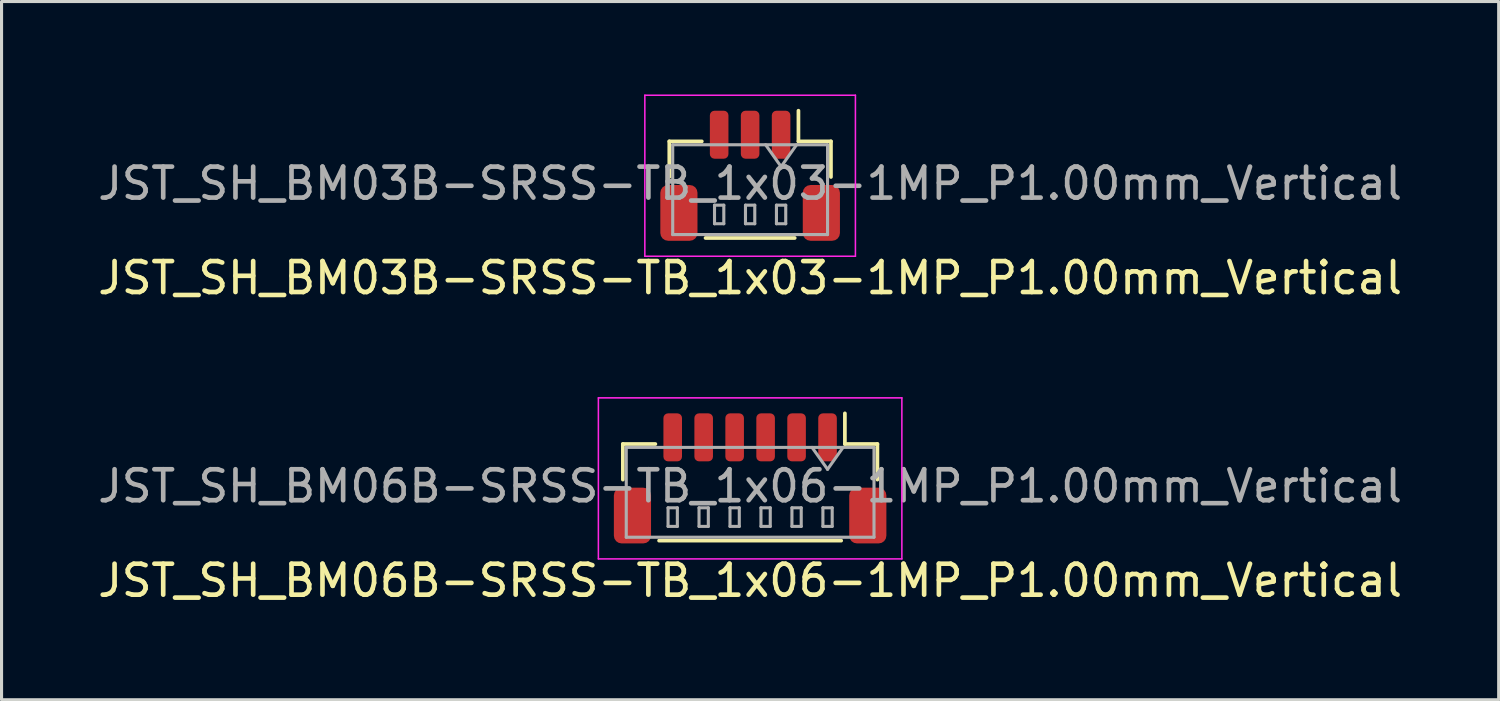
<source format=kicad_pcb>
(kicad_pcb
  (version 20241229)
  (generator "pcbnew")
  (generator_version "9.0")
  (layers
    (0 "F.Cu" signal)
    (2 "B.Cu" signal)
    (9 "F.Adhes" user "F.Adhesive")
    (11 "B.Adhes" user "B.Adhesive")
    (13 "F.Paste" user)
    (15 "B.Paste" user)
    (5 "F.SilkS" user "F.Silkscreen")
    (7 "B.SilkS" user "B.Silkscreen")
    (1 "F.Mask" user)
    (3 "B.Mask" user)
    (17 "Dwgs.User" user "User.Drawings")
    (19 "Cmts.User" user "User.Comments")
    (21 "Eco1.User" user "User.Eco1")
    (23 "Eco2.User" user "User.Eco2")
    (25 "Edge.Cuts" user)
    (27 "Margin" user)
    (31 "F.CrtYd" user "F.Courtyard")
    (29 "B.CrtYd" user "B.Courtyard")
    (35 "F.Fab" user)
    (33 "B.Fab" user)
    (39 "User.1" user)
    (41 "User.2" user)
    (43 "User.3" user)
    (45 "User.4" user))
  (footprint "JST_SH_BM03B-SRSS-TB_1x03-1MP_P1.00mm_Vertical"
    (layer "F.Cu")
    (at 21.173 2.625)
    (property "Reference" "JST_SH_BM03B-SRSS-TB_1x03-1MP_P1.00mm_Vertical" (at 0 3.3 180) (layer "F.SilkS") (effects (font (size 1 1) (thickness 0.15))))
    (attr smd)
    (fp_line (start -2.61 -1.11) (end -1.56 -1.11) (stroke (width 0.12) (type solid)) (layer "F.SilkS"))
    (fp_line (start -2.61 0.04) (end -2.61 -1.11) (stroke (width 0.12) (type solid)) (layer "F.SilkS"))
    (fp_line (start 1.44 2.01) (end -1.44 2.01) (stroke (width 0.12) (type solid)) (layer "F.SilkS"))
    (fp_line (start 1.56 -1.11) (end 1.56 -2.1) (stroke (width 0.12) (type solid)) (layer "F.SilkS"))
    (fp_line (start 2.61 -1.11) (end 1.56 -1.11) (stroke (width 0.12) (type solid)) (layer "F.SilkS"))
    (fp_line (start 2.61 0.04) (end 2.61 -1.11) (stroke (width 0.12) (type solid)) (layer "F.SilkS"))
    (fp_line (start -3.4 -2.6) (end -3.4 2.6) (stroke (width 0.05) (type solid)) (layer "F.CrtYd"))
    (fp_line (start -3.4 2.6) (end 3.4 2.6) (stroke (width 0.05) (type solid)) (layer "F.CrtYd"))
    (fp_line (start 3.4 -2.6) (end -3.4 -2.6) (stroke (width 0.05) (type solid)) (layer "F.CrtYd"))
    (fp_line (start 3.4 2.6) (end 3.4 -2.6) (stroke (width 0.05) (type solid)) (layer "F.CrtYd"))
    (fp_line (start -2.5 -1) (end -2.5 1.9) (stroke (width 0.1) (type solid)) (layer "F.Fab"))
    (fp_line (start -1.15 0.95) (end -1.15 1.55) (stroke (width 0.1) (type solid)) (layer "F.Fab"))
    (fp_line (start -1.15 1.55) (end -0.85 1.55) (stroke (width 0.1) (type solid)) (layer "F.Fab"))
    (fp_line (start -0.85 0.95) (end -1.15 0.95) (stroke (width 0.1) (type solid)) (layer "F.Fab"))
    (fp_line (start -0.85 1.55) (end -0.85 0.95) (stroke (width 0.1) (type solid)) (layer "F.Fab"))
    (fp_line (start -0.15 0.95) (end -0.15 1.55) (stroke (width 0.1) (type solid)) (layer "F.Fab"))
    (fp_line (start -0.15 1.55) (end 0.15 1.55) (stroke (width 0.1) (type solid)) (layer "F.Fab"))
    (fp_line (start 0.15 0.95) (end -0.15 0.95) (stroke (width 0.1) (type solid)) (layer "F.Fab"))
    (fp_line (start 0.15 1.55) (end 0.15 0.95) (stroke (width 0.1) (type solid)) (layer "F.Fab"))
    (fp_line (start 0.85 0.95) (end 0.85 1.55) (stroke (width 0.1) (type solid)) (layer "F.Fab"))
    (fp_line (start 0.85 1.55) (end 1.15 1.55) (stroke (width 0.1) (type solid)) (layer "F.Fab"))
    (fp_line (start 1 -0.293) (end 0.5 -1) (stroke (width 0.1) (type solid)) (layer "F.Fab"))
    (fp_line (start 1.15 0.95) (end 0.85 0.95) (stroke (width 0.1) (type solid)) (layer "F.Fab"))
    (fp_line (start 1.15 1.55) (end 1.15 0.95) (stroke (width 0.1) (type solid)) (layer "F.Fab"))
    (fp_line (start 1.5 -1) (end 1 -0.293) (stroke (width 0.1) (type solid)) (layer "F.Fab"))
    (fp_line (start 2.5 -1) (end -2.5 -1) (stroke (width 0.1) (type solid)) (layer "F.Fab"))
    (fp_line (start 2.5 -1) (end 2.5 1.9) (stroke (width 0.1) (type solid)) (layer "F.Fab"))
    (fp_line (start 2.5 1.9) (end -2.5 1.9) (stroke (width 0.1) (type solid)) (layer "F.Fab"))
    (fp_text user "${REFERENCE}" (at 0 0.25 180) (layer "F.Fab") (effects (font (size 1 1) (thickness 0.15))))
    (pad "1" smd roundrect (at 1 -1.325 180) (size 0.6 1.55) (layers "F.Cu" "F.Mask" "F.Paste") (roundrect_rratio 0.25))
    (pad "2" smd roundrect (at 0 -1.325 180) (size 0.6 1.55) (layers "F.Cu" "F.Mask" "F.Paste") (roundrect_rratio 0.25))
    (pad "3" smd roundrect (at -1 -1.325 180) (size 0.6 1.55) (layers "F.Cu" "F.Mask" "F.Paste") (roundrect_rratio 0.25))
    (pad "MP" smd roundrect (at -2.3 1.2 180) (size 1.2 1.8) (layers "F.Cu" "F.Mask" "F.Paste") (roundrect_rratio 0.208))
    (pad "MP" smd roundrect (at 2.3 1.2 180) (size 1.2 1.8) (layers "F.Cu" "F.Mask" "F.Paste") (roundrect_rratio 0.208)))
  (footprint "JST_SH_BM06B-SRSS-TB_1x06-1MP_P1.00mm_Vertical"
    (layer "F.Cu")
    (at 21.173 12.398)
    (property "Reference" "JST_SH_BM06B-SRSS-TB_1x06-1MP_P1.00mm_Vertical" (at 0 3.3 180) (layer "F.SilkS") (effects (font (size 1 1) (thickness 0.15))))
    (attr smd)
    (fp_line (start -4.11 -1.11) (end -3.06 -1.11) (stroke (width 0.12) (type solid)) (layer "F.SilkS"))
    (fp_line (start -4.11 0.04) (end -4.11 -1.11) (stroke (width 0.12) (type solid)) (layer "F.SilkS"))
    (fp_line (start 2.94 2.01) (end -2.94 2.01) (stroke (width 0.12) (type solid)) (layer "F.SilkS"))
    (fp_line (start 3.06 -1.11) (end 3.06 -2.1) (stroke (width 0.12) (type solid)) (layer "F.SilkS"))
    (fp_line (start 4.11 -1.11) (end 3.06 -1.11) (stroke (width 0.12) (type solid)) (layer "F.SilkS"))
    (fp_line (start 4.11 0.04) (end 4.11 -1.11) (stroke (width 0.12) (type solid)) (layer "F.SilkS"))
    (fp_line (start -4.9 -2.6) (end -4.9 2.6) (stroke (width 0.05) (type solid)) (layer "F.CrtYd"))
    (fp_line (start -4.9 2.6) (end 4.9 2.6) (stroke (width 0.05) (type solid)) (layer "F.CrtYd"))
    (fp_line (start 4.9 -2.6) (end -4.9 -2.6) (stroke (width 0.05) (type solid)) (layer "F.CrtYd"))
    (fp_line (start 4.9 2.6) (end 4.9 -2.6) (stroke (width 0.05) (type solid)) (layer "F.CrtYd"))
    (fp_line (start -4 -1) (end -4 1.9) (stroke (width 0.1) (type solid)) (layer "F.Fab"))
    (fp_line (start -2.65 0.95) (end -2.65 1.55) (stroke (width 0.1) (type solid)) (layer "F.Fab"))
    (fp_line (start -2.65 1.55) (end -2.35 1.55) (stroke (width 0.1) (type solid)) (layer "F.Fab"))
    (fp_line (start -2.35 0.95) (end -2.65 0.95) (stroke (width 0.1) (type solid)) (layer "F.Fab"))
    (fp_line (start -2.35 1.55) (end -2.35 0.95) (stroke (width 0.1) (type solid)) (layer "F.Fab"))
    (fp_line (start -1.65 0.95) (end -1.65 1.55) (stroke (width 0.1) (type solid)) (layer "F.Fab"))
    (fp_line (start -1.65 1.55) (end -1.35 1.55) (stroke (width 0.1) (type solid)) (layer "F.Fab"))
    (fp_line (start -1.35 0.95) (end -1.65 0.95) (stroke (width 0.1) (type solid)) (layer "F.Fab"))
    (fp_line (start -1.35 1.55) (end -1.35 0.95) (stroke (width 0.1) (type solid)) (layer "F.Fab"))
    (fp_line (start -0.65 0.95) (end -0.65 1.55) (stroke (width 0.1) (type solid)) (layer "F.Fab"))
    (fp_line (start -0.65 1.55) (end -0.35 1.55) (stroke (width 0.1) (type solid)) (layer "F.Fab"))
    (fp_line (start -0.35 0.95) (end -0.65 0.95) (stroke (width 0.1) (type solid)) (layer "F.Fab"))
    (fp_line (start -0.35 1.55) (end -0.35 0.95) (stroke (width 0.1) (type solid)) (layer "F.Fab"))
    (fp_line (start 0.35 0.95) (end 0.35 1.55) (stroke (width 0.1) (type solid)) (layer "F.Fab"))
    (fp_line (start 0.35 1.55) (end 0.65 1.55) (stroke (width 0.1) (type solid)) (layer "F.Fab"))
    (fp_line (start 0.65 0.95) (end 0.35 0.95) (stroke (width 0.1) (type solid)) (layer "F.Fab"))
    (fp_line (start 0.65 1.55) (end 0.65 0.95) (stroke (width 0.1) (type solid)) (layer "F.Fab"))
    (fp_line (start 1.35 0.95) (end 1.35 1.55) (stroke (width 0.1) (type solid)) (layer "F.Fab"))
    (fp_line (start 1.35 1.55) (end 1.65 1.55) (stroke (width 0.1) (type solid)) (layer "F.Fab"))
    (fp_line (start 1.65 0.95) (end 1.35 0.95) (stroke (width 0.1) (type solid)) (layer "F.Fab"))
    (fp_line (start 1.65 1.55) (end 1.65 0.95) (stroke (width 0.1) (type solid)) (layer "F.Fab"))
    (fp_line (start 2.35 0.95) (end 2.35 1.55) (stroke (width 0.1) (type solid)) (layer "F.Fab"))
    (fp_line (start 2.35 1.55) (end 2.65 1.55) (stroke (width 0.1) (type solid)) (layer "F.Fab"))
    (fp_line (start 2.5 -0.293) (end 2 -1) (stroke (width 0.1) (type solid)) (layer "F.Fab"))
    (fp_line (start 2.65 0.95) (end 2.35 0.95) (stroke (width 0.1) (type solid)) (layer "F.Fab"))
    (fp_line (start 2.65 1.55) (end 2.65 0.95) (stroke (width 0.1) (type solid)) (layer "F.Fab"))
    (fp_line (start 3 -1) (end 2.5 -0.293) (stroke (width 0.1) (type solid)) (layer "F.Fab"))
    (fp_line (start 4 -1) (end -4 -1) (stroke (width 0.1) (type solid)) (layer "F.Fab"))
    (fp_line (start 4 -1) (end 4 1.9) (stroke (width 0.1) (type solid)) (layer "F.Fab"))
    (fp_line (start 4 1.9) (end -4 1.9) (stroke (width 0.1) (type solid)) (layer "F.Fab"))
    (fp_text user "${REFERENCE}" (at 0 0.25 180) (layer "F.Fab") (effects (font (size 1 1) (thickness 0.15))))
    (pad "1" smd roundrect (at 2.5 -1.325 180) (size 0.6 1.55) (layers "F.Cu" "F.Mask" "F.Paste") (roundrect_rratio 0.25))
    (pad "2" smd roundrect (at 1.5 -1.325 180) (size 0.6 1.55) (layers "F.Cu" "F.Mask" "F.Paste") (roundrect_rratio 0.25))
    (pad "3" smd roundrect (at 0.5 -1.325 180) (size 0.6 1.55) (layers "F.Cu" "F.Mask" "F.Paste") (roundrect_rratio 0.25))
    (pad "4" smd roundrect (at -0.5 -1.325 180) (size 0.6 1.55) (layers "F.Cu" "F.Mask" "F.Paste") (roundrect_rratio 0.25))
    (pad "5" smd roundrect (at -1.5 -1.325 180) (size 0.6 1.55) (layers "F.Cu" "F.Mask" "F.Paste") (roundrect_rratio 0.25))
    (pad "6" smd roundrect (at -2.5 -1.325 180) (size 0.6 1.55) (layers "F.Cu" "F.Mask" "F.Paste") (roundrect_rratio 0.25))
    (pad "MP" smd roundrect (at -3.8 1.2 180) (size 1.2 1.8) (layers "F.Cu" "F.Mask" "F.Paste") (roundrect_rratio 0.208))
    (pad "MP" smd roundrect (at 3.8 1.2 180) (size 1.2 1.8) (layers "F.Cu" "F.Mask" "F.Paste") (roundrect_rratio 0.208)))
  (gr_rect
    (start -3 -3)
    (end 45.345 19.547)
    (stroke (width 0.1) (type default))
    (fill no)
    (layer "Edge.Cuts")))
</source>
